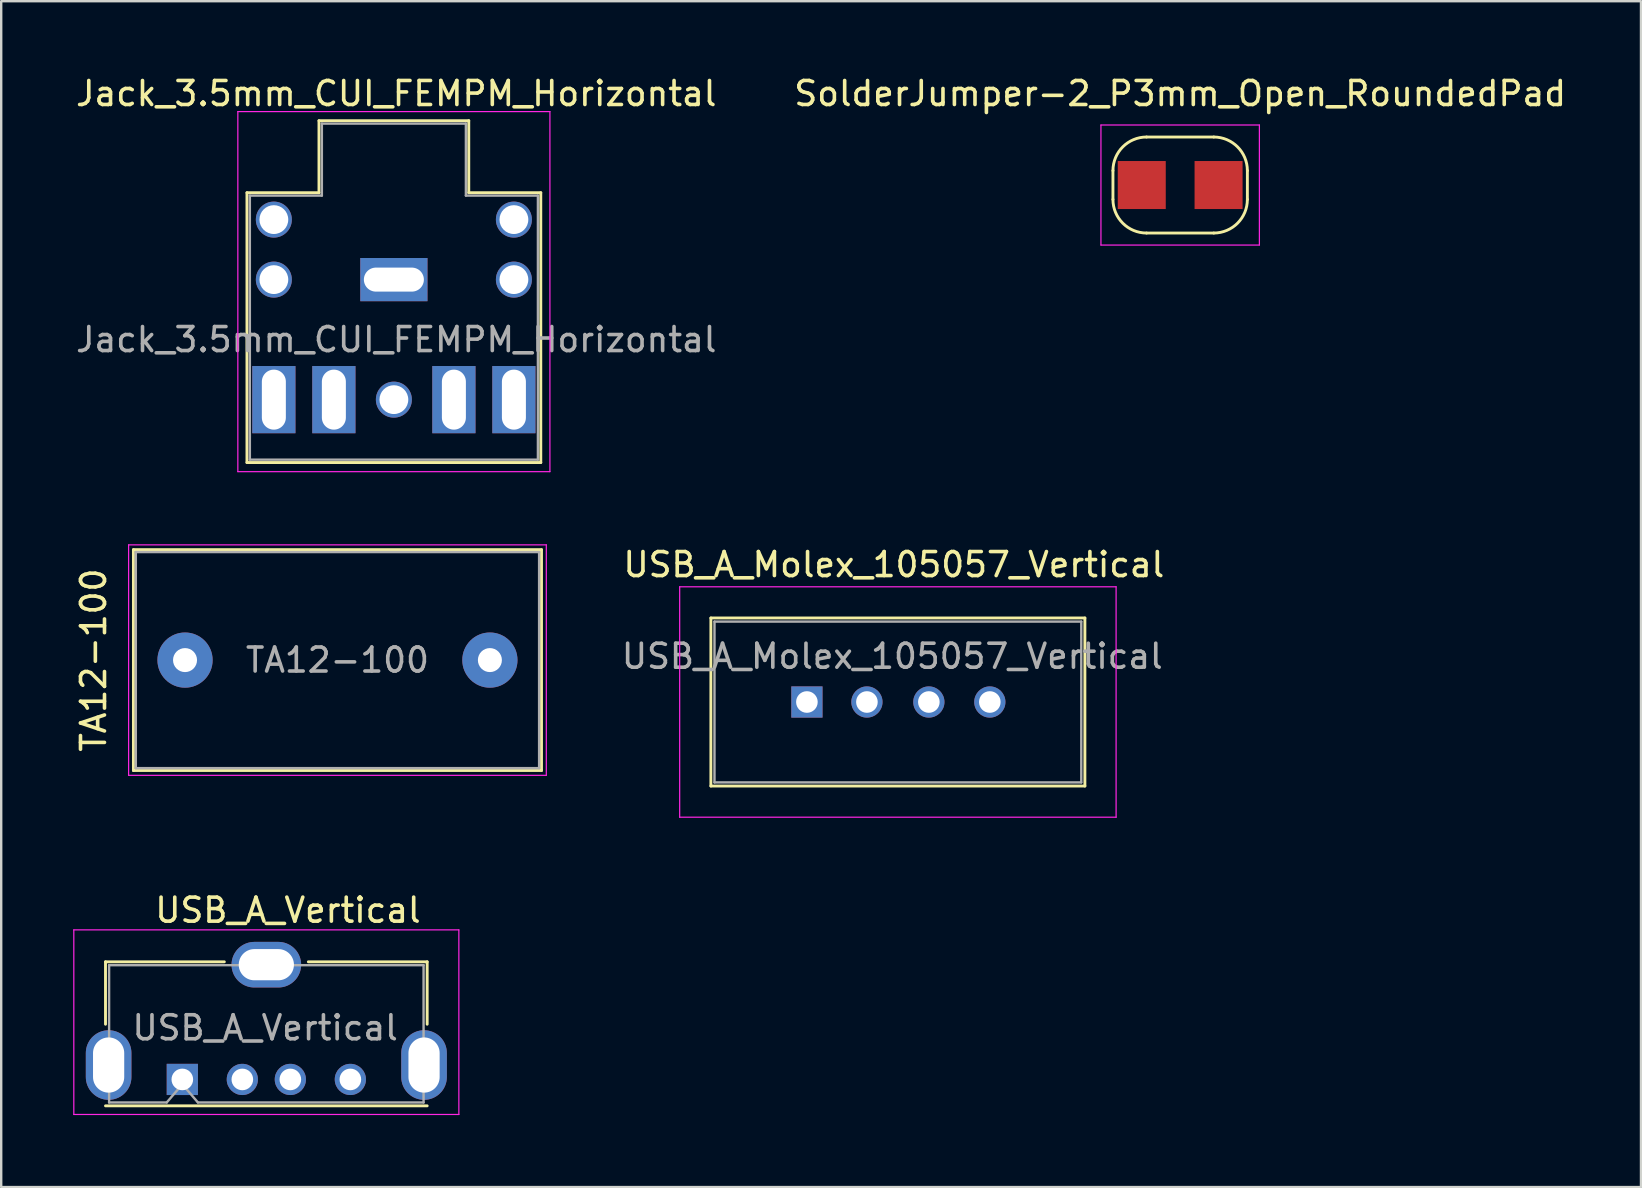
<source format=kicad_pcb>
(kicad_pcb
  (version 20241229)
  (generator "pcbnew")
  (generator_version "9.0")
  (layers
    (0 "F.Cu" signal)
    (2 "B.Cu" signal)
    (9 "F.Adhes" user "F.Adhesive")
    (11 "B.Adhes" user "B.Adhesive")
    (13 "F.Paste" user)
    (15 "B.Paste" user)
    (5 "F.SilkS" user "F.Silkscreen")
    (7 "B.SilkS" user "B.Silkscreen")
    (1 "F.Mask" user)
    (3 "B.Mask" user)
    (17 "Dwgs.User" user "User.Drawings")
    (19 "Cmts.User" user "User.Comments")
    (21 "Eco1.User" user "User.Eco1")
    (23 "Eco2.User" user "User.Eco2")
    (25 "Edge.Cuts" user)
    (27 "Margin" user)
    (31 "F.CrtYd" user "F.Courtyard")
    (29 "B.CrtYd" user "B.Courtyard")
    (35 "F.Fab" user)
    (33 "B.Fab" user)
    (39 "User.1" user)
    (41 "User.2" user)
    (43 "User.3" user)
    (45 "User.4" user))
  (footprint "USB_A_Vertical"
    (layer "F.Cu")
    (at 4.545 41.917)
    (property "Reference" "USB_A_Vertical" (at 4.4 -7.05 0) (layer "F.SilkS") (effects (font (size 1 1) (thickness 0.15))))
    (attr through_hole)
    (fp_line (start -3.2 -4.9) (end -3.2 -2.3) (stroke (width 0.12) (type solid)) (layer "F.SilkS"))
    (fp_line (start -3.2 -4.9) (end 1.75 -4.9) (stroke (width 0.12) (type solid)) (layer "F.SilkS"))
    (fp_line (start 10.2 -4.9) (end 5.25 -4.9) (stroke (width 0.12) (type solid)) (layer "F.SilkS"))
    (fp_line (start 10.2 -4.9) (end 10.2 -2.3) (stroke (width 0.12) (type solid)) (layer "F.SilkS"))
    (fp_line (start 10.2 1.1) (end -3.2 1.1) (stroke (width 0.12) (type solid)) (layer "F.SilkS"))
    (fp_line (start -4.52 -6.23) (end 11.52 -6.23) (stroke (width 0.05) (type solid)) (layer "F.CrtYd"))
    (fp_line (start -4.52 1.46) (end -4.52 -6.23) (stroke (width 0.05) (type solid)) (layer "F.CrtYd"))
    (fp_line (start 11.52 -6.23) (end 11.52 1.46) (stroke (width 0.05) (type solid)) (layer "F.CrtYd"))
    (fp_line (start 11.52 1.46) (end -4.52 1.46) (stroke (width 0.05) (type solid)) (layer "F.CrtYd"))
    (fp_line (start -3.05 -4.76) (end 10.05 -4.76) (stroke (width 0.1) (type solid)) (layer "F.Fab"))
    (fp_line (start -3.05 0.96) (end -3.05 -4.76) (stroke (width 0.1) (type solid)) (layer "F.Fab"))
    (fp_line (start -0.65 0.96) (end -3.05 0.96) (stroke (width 0.1) (type solid)) (layer "F.Fab"))
    (fp_line (start -0.65 0.96) (end 0 0.2) (stroke (width 0.1) (type solid)) (layer "F.Fab"))
    (fp_line (start 0 0.2) (end 0.65 0.96) (stroke (width 0.1) (type solid)) (layer "F.Fab"))
    (fp_line (start 10.05 -4.76) (end 10.05 0.96) (stroke (width 0.1) (type solid)) (layer "F.Fab"))
    (fp_line (start 10.05 0.96) (end 0.65 0.96) (stroke (width 0.1) (type solid)) (layer "F.Fab"))
    (fp_text user "${REFERENCE}" (at 3.45 -2.15 0) (layer "F.Fab") (effects (font (size 1 1) (thickness 0.15))))
    (pad "1" thru_hole rect (at 0 0) (size 1.3 1.3) (drill 0.9) (layers "*.Cu" "*.Mask"))
    (pad "2" thru_hole circle (at 2.5 0) (size 1.3 1.3) (drill 0.9) (layers "*.Cu" "*.Mask"))
    (pad "3" thru_hole circle (at 4.5 0) (size 1.3 1.3) (drill 0.9) (layers "*.Cu" "*.Mask"))
    (pad "4" thru_hole circle (at 7 0) (size 1.3 1.3) (drill 0.9) (layers "*.Cu" "*.Mask"))
    (pad "5" thru_hole oval (at -3.07 -0.6 180) (size 1.9 2.9) (drill oval 1.3 2.3) (layers "*.Cu" "*.Mask"))
    (pad "5" thru_hole oval (at 3.5 -4.78 90) (size 1.9 2.9) (drill oval 1.3 2.3) (layers "*.Cu" "*.Mask"))
    (pad "5" thru_hole oval (at 10.07 -0.6) (size 1.9 2.9) (drill oval 1.3 2.3) (layers "*.Cu" "*.Mask")))
  (footprint "TA12-100"
    (layer "F.Cu")
    (at 11.008 24.448)
    (property "Reference" "TA12-100" (at -10.16 0 90) (layer "F.SilkS") (effects (font (size 1 1) (thickness 0.15))))
    (attr through_hole)
    (fp_line (start -8.5 -4.6) (end -8.5 4.6) (stroke (width 0.12) (type solid)) (layer "F.SilkS"))
    (fp_line (start -8.5 4.6) (end 8.5 4.6) (stroke (width 0.12) (type solid)) (layer "F.SilkS"))
    (fp_line (start 8.5 -4.6) (end -8.5 -4.6) (stroke (width 0.12) (type solid)) (layer "F.SilkS"))
    (fp_line (start 8.5 4.6) (end 8.5 -4.6) (stroke (width 0.12) (type solid)) (layer "F.SilkS"))
    (fp_line (start -8.7 -4.8) (end -8.7 4.8) (stroke (width 0.05) (type solid)) (layer "F.CrtYd"))
    (fp_line (start -8.7 4.8) (end 8.7 4.8) (stroke (width 0.05) (type solid)) (layer "F.CrtYd"))
    (fp_line (start 8.7 -4.8) (end -8.7 -4.8) (stroke (width 0.05) (type solid)) (layer "F.CrtYd"))
    (fp_line (start 8.7 4.8) (end 8.7 -4.8) (stroke (width 0.05) (type solid)) (layer "F.CrtYd"))
    (fp_line (start -8.4 -4.5) (end 8.4 -4.5) (stroke (width 0.1) (type solid)) (layer "F.Fab"))
    (fp_line (start -8.4 4.5) (end -8.4 -4.5) (stroke (width 0.1) (type solid)) (layer "F.Fab"))
    (fp_line (start -8.4 4.5) (end 8.4 4.5) (stroke (width 0.1) (type solid)) (layer "F.Fab"))
    (fp_line (start 8.4 4.5) (end 8.4 -4.5) (stroke (width 0.1) (type solid)) (layer "F.Fab"))
    (fp_text user "${REFERENCE}" (at 0 0 0) (layer "F.Fab") (effects (font (size 1 1) (thickness 0.15))))
    (pad "1" thru_hole circle (at -6.35 0) (size 2.3 2.3) (drill 1) (layers "*.Cu" "*.Mask"))
    (pad "2" thru_hole circle (at 6.35 0) (size 2.3 2.3) (drill 1) (layers "*.Cu" "*.Mask")))
  (footprint "USB_A_Molex_105057_Vertical"
    (layer "F.Cu")
    (at 30.564 26.194)
    (property "Reference" "USB_A_Molex_105057_Vertical" (at 3.622 -5.723 0) (layer "F.SilkS") (effects (font (size 1 1) (thickness 0.15))))
    (attr through_hole)
    (fp_line (start -4 -3.5) (end -4 3.5) (stroke (width 0.12) (type solid)) (layer "F.SilkS"))
    (fp_line (start 11.58 -3.5) (end -4 -3.5) (stroke (width 0.12) (type solid)) (layer "F.SilkS"))
    (fp_line (start 11.58 -3.5) (end 11.58 3.5) (stroke (width 0.12) (type solid)) (layer "F.SilkS"))
    (fp_line (start 11.58 3.5) (end -4 3.5) (stroke (width 0.12) (type solid)) (layer "F.SilkS"))
    (fp_line (start -5.3 -4.8) (end 12.88 -4.8) (stroke (width 0.05) (type solid)) (layer "F.CrtYd"))
    (fp_line (start -5.3 4.8) (end -5.3 -4.8) (stroke (width 0.05) (type solid)) (layer "F.CrtYd"))
    (fp_line (start 12.88 -4.8) (end 12.88 4.8) (stroke (width 0.05) (type solid)) (layer "F.CrtYd"))
    (fp_line (start 12.88 4.8) (end -5.3 4.8) (stroke (width 0.05) (type solid)) (layer "F.CrtYd"))
    (fp_line (start -3.85 3.35) (end -3.85 -3.35) (stroke (width 0.1) (type solid)) (layer "F.Fab"))
    (fp_line (start 11.43 -3.35) (end -3.85 -3.35) (stroke (width 0.1) (type solid)) (layer "F.Fab"))
    (fp_line (start 11.43 -3.35) (end 11.43 3.35) (stroke (width 0.1) (type solid)) (layer "F.Fab"))
    (fp_line (start 11.43 3.35) (end -3.85 3.35) (stroke (width 0.1) (type solid)) (layer "F.Fab"))
    (fp_text user "${REFERENCE}" (at 3.556 -1.905 0) (layer "F.Fab") (effects (font (size 1 1) (thickness 0.15))))
    (pad "1" thru_hole rect (at 0 0) (size 1.3 1.3) (drill 0.9) (layers "*.Cu" "*.Mask"))
    (pad "2" thru_hole circle (at 2.5 0) (size 1.3 1.3) (drill 0.9) (layers "*.Cu" "*.Mask"))
    (pad "3" thru_hole circle (at 5.08 0) (size 1.3 1.3) (drill 0.9) (layers "*.Cu" "*.Mask"))
    (pad "4" thru_hole circle (at 7.62 0) (size 1.3 1.3) (drill 0.9) (layers "*.Cu" "*.Mask")))
  (footprint "SolderJumper-2_P3mm_Open_RoundedPad"
    (layer "F.Cu")
    (at 46.113 4.658)
    (property "Reference" "SolderJumper-2_P3mm_Open_RoundedPad" (at 0 -3.81 0) (layer "F.SilkS") (effects (font (size 1 1) (thickness 0.15))))
    (attr exclude_from_pos_files exclude_from_bom)
    (fp_line (start -2.8 0.6) (end -2.8 -0.6) (stroke (width 0.12) (type solid)) (layer "F.SilkS"))
    (fp_line (start -1.4 -2) (end 1.4 -2) (stroke (width 0.12) (type solid)) (layer "F.SilkS"))
    (fp_line (start 1.4 2) (end -1.4 2) (stroke (width 0.12) (type solid)) (layer "F.SilkS"))
    (fp_line (start 2.8 -0.6) (end 2.8 0.6) (stroke (width 0.12) (type solid)) (layer "F.SilkS"))
    (fp_arc (start -2.8 -0.6) (mid -2.389949 -1.589949) (end -1.4 -2) (stroke (width 0.12) (type solid)) (layer "F.SilkS"))
    (fp_arc (start -1.4 2) (mid -2.389949 1.589949) (end -2.8 0.6) (stroke (width 0.12) (type solid)) (layer "F.SilkS"))
    (fp_arc (start 1.4 -2) (mid 2.389949 -1.589949) (end 2.8 -0.6) (stroke (width 0.12) (type solid)) (layer "F.SilkS"))
    (fp_arc (start 2.8 0.6) (mid 2.389949 1.589949) (end 1.4 2) (stroke (width 0.12) (type solid)) (layer "F.SilkS"))
    (fp_line (start -3.3 -2.5) (end -3.3 2.5) (stroke (width 0.05) (type solid)) (layer "F.CrtYd"))
    (fp_line (start -3.3 -2.5) (end 3.3 -2.5) (stroke (width 0.05) (type solid)) (layer "F.CrtYd"))
    (fp_line (start 3.3 2.5) (end -3.3 2.5) (stroke (width 0.05) (type solid)) (layer "F.CrtYd"))
    (fp_line (start 3.3 2.5) (end 3.3 -2.5) (stroke (width 0.05) (type solid)) (layer "F.CrtYd"))
    (pad "1" smd custom (at -1.6 0) (size 2 2) (layers "F.Cu" "F.Mask") (options (anchor rect)) (primitives (gr_circle (center 0 0.25) (end 0.5 0.25) (width 0) (fill yes)) (gr_circle (center 0 -0.25) (end 0.5 -0.25) (width 0) (fill yes)) (gr_poly (pts (xy 0 -0.75) (xy 0.5 -0.75) (xy 0.5 0.75) (xy 0 0.75)) (width 0) (fill yes))))
    (pad "2" smd custom (at 1.6 0) (size 2 2) (layers "F.Cu" "F.Mask" "F.Paste") (options (anchor rect)) (primitives (gr_circle (center 0 0.25) (end 0.5 0.25) (width 0) (fill yes)) (gr_circle (center 0 -0.25) (end 0.5 -0.25) (width 0) (fill yes)) (gr_poly (pts (xy 0 -0.75) (xy -0.5 -0.75) (xy -0.5 0.75) (xy 0 0.75)) (width 0) (fill yes)))))
  (footprint "Jack_3.5mm_CUI_FEMPM_Horizontal"
    (layer "F.Cu")
    (at 13.358 7.298)
    (property "Reference" "Jack_3.5mm_CUI_FEMPM_Horizontal" (at 0.1 -6.45 0) (layer "F.SilkS") (effects (font (size 1 1) (thickness 0.15))))
    (attr through_hole)
    (fp_line (start -6.12 -2.32) (end -3.12 -2.32) (stroke (width 0.12) (type solid)) (layer "F.SilkS"))
    (fp_line (start -6.12 8.92) (end -6.12 -2.32) (stroke (width 0.12) (type solid)) (layer "F.SilkS"))
    (fp_line (start -3.12 -5.32) (end 3.12 -5.32) (stroke (width 0.12) (type solid)) (layer "F.SilkS"))
    (fp_line (start -3.12 -2.32) (end -3.12 -5.32) (stroke (width 0.12) (type solid)) (layer "F.SilkS"))
    (fp_line (start 3.12 -5.32) (end 3.12 -2.32) (stroke (width 0.12) (type solid)) (layer "F.SilkS"))
    (fp_line (start 3.12 -2.32) (end 6.12 -2.32) (stroke (width 0.12) (type solid)) (layer "F.SilkS"))
    (fp_line (start 6.12 -2.32) (end 6.12 8.92) (stroke (width 0.12) (type solid)) (layer "F.SilkS"))
    (fp_line (start 6.12 8.92) (end -6.12 8.92) (stroke (width 0.12) (type solid)) (layer "F.SilkS"))
    (fp_line (start -6.5 -5.7) (end -6.5 9.3) (stroke (width 0.05) (type solid)) (layer "F.CrtYd"))
    (fp_line (start -6.5 9.3) (end 6.5 9.3) (stroke (width 0.05) (type solid)) (layer "F.CrtYd"))
    (fp_line (start 6.5 -5.7) (end -6.5 -5.7) (stroke (width 0.05) (type solid)) (layer "F.CrtYd"))
    (fp_line (start 6.5 9.3) (end 6.5 -5.7) (stroke (width 0.05) (type solid)) (layer "F.CrtYd"))
    (fp_line (start -6 -2.2) (end -3 -2.2) (stroke (width 0.1) (type solid)) (layer "F.Fab"))
    (fp_line (start -6 8.8) (end -6 -2.2) (stroke (width 0.1) (type solid)) (layer "F.Fab"))
    (fp_line (start -3 -5.2) (end 3 -5.2) (stroke (width 0.1) (type solid)) (layer "F.Fab"))
    (fp_line (start -3 -2.2) (end -3 -5.2) (stroke (width 0.1) (type solid)) (layer "F.Fab"))
    (fp_line (start 3 -5.2) (end 3 -2.2) (stroke (width 0.1) (type solid)) (layer "F.Fab"))
    (fp_line (start 3 -2.2) (end 6 -2.2) (stroke (width 0.1) (type solid)) (layer "F.Fab"))
    (fp_line (start 6 -2.2) (end 6 8.8) (stroke (width 0.1) (type solid)) (layer "F.Fab"))
    (fp_line (start 6 8.8) (end -6 8.8) (stroke (width 0.1) (type solid)) (layer "F.Fab"))
    (fp_text user "${REFERENCE}" (at 0.1 3.8 0) (layer "F.Fab") (effects (font (size 1 1) (thickness 0.15))))
    (pad "" np_thru_hole circle (at -5 -1.2) (size 1.5 1.5) (drill 1.2) (layers "*.Cu" "*.Mask"))
    (pad "" np_thru_hole circle (at -5 1.3) (size 1.5 1.5) (drill 1.2) (layers "*.Cu" "*.Mask"))
    (pad "" np_thru_hole circle (at 0 6.3) (size 1.5 1.5) (drill 1.2) (layers "*.Cu" "*.Mask"))
    (pad "" np_thru_hole circle (at 5 -1.2) (size 1.5 1.5) (drill 1.2) (layers "*.Cu" "*.Mask"))
    (pad "" np_thru_hole circle (at 5 1.3) (size 1.5 1.5) (drill 1.2) (layers "*.Cu" "*.Mask"))
    (pad "R" thru_hole rect (at 5 6.3 90) (size 2.8 1.8) (drill oval 2.5 1) (layers "*.Cu" "*.Mask"))
    (pad "RN" thru_hole rect (at 2.5 6.3 90) (size 2.8 1.8) (drill oval 2.5 1) (layers "*.Cu" "*.Mask"))
    (pad "S" thru_hole rect (at 0 1.3) (size 2.8 1.8) (drill oval 2.5 1) (layers "*.Cu" "*.Mask"))
    (pad "T" thru_hole rect (at -5 6.3 270) (size 2.8 1.8) (drill oval 2.5 1) (layers "*.Cu" "*.Mask"))
    (pad "TN" thru_hole rect (at -2.5 6.3 90) (size 2.8 1.8) (drill oval 2.5 1) (layers "*.Cu" "*.Mask")))
  (gr_rect
    (start -3 -3)
    (end 65.31 46.402)
    (stroke (width 0.1) (type default))
    (fill no)
    (layer "Edge.Cuts")))
</source>
